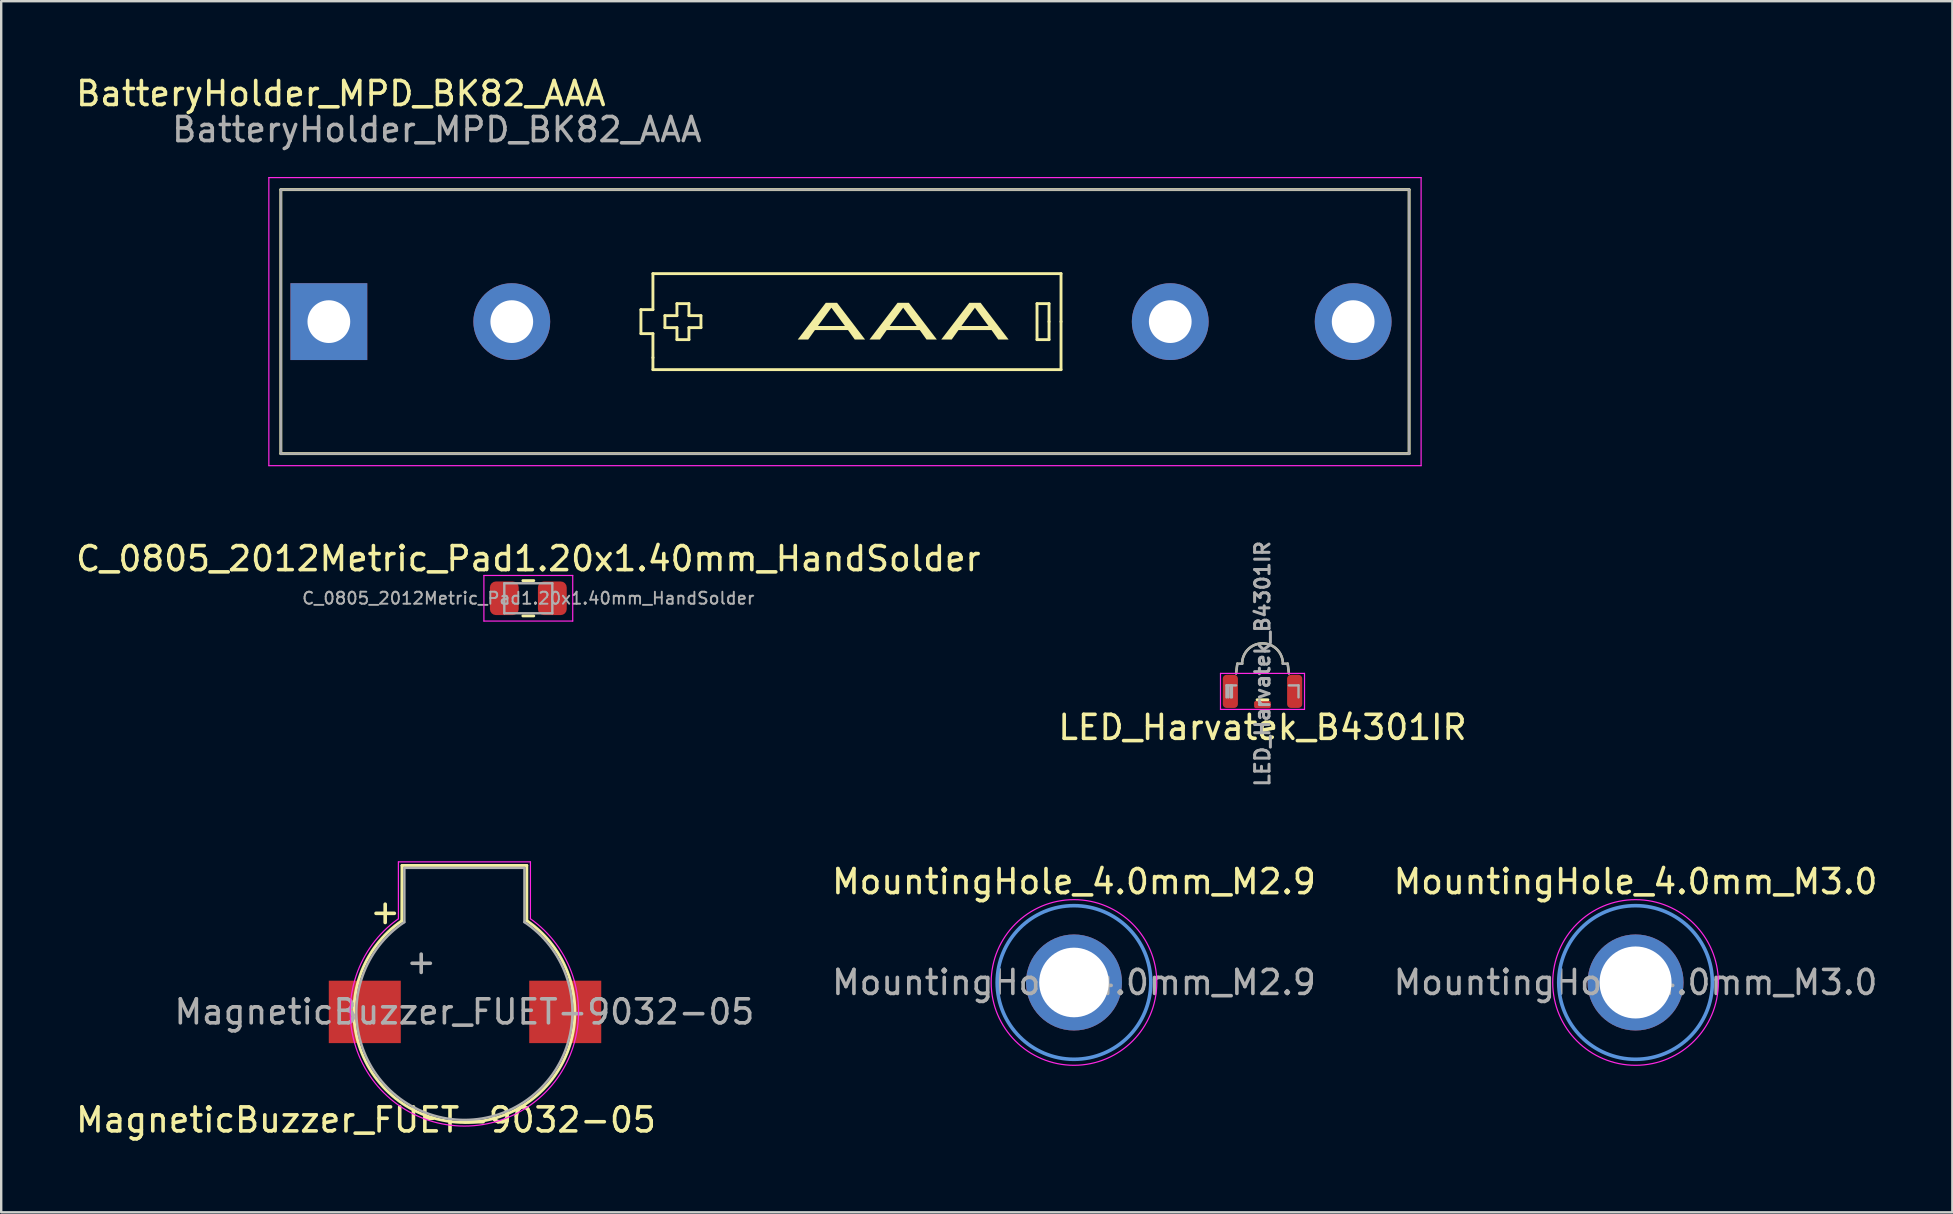
<source format=kicad_pcb>
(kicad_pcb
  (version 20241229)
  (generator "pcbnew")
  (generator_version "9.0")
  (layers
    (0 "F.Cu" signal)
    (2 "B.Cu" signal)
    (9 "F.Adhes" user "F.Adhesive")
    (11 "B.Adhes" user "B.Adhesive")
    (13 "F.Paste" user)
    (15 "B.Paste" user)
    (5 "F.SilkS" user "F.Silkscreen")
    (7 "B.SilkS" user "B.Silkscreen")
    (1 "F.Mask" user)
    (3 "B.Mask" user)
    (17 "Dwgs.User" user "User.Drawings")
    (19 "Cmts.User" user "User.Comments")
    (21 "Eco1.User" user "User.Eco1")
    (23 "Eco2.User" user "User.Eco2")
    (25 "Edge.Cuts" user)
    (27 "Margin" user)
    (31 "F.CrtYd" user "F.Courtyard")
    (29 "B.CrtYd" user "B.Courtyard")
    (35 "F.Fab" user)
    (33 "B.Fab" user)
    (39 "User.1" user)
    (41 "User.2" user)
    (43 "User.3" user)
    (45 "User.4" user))
  (footprint "MountingHole_4.0mm_M2.9"
    (layer "F.Cu")
    (at 41.689 37.877)
    (property "Reference" "MountingHole_4.0mm_M2.9" (at 0 -4.2 0) (layer "F.SilkS") (effects (font (size 1 1) (thickness 0.15))))
    (attr exclude_from_pos_files)
    (fp_circle (center 0 0) (end 3.2 0) (stroke (width 0.15) (type solid)) (fill no) (layer "Cmts.User"))
    (fp_circle (center 0 0) (end 3.45 0) (stroke (width 0.05) (type solid)) (fill no) (layer "F.CrtYd"))
    (fp_text user "${REFERENCE}" (at 0 0 0) (layer "F.Fab") (effects (font (size 1 1) (thickness 0.15))))
    (pad "" np_thru_hole circle (at 0 0) (size 4 4) (drill 2.9) (layers "*.Cu" "*.Mask")))
  (footprint "C_0805_2012Metric_Pad1.20x1.40mm_HandSolder"
    (layer "F.Cu")
    (at 18.958 21.872)
    (property "Reference" "C_0805_2012Metric_Pad1.20x1.40mm_HandSolder" (at 0 -1.65 0) (layer "F.SilkS") (effects (font (size 1 1) (thickness 0.15))))
    (attr smd)
    (fp_line (start -0.227 -0.735) (end 0.227 -0.735) (stroke (width 0.12) (type solid)) (layer "F.SilkS"))
    (fp_line (start -0.227 0.735) (end 0.227 0.735) (stroke (width 0.12) (type solid)) (layer "F.SilkS"))
    (fp_line (start -1.85 -0.95) (end 1.85 -0.95) (stroke (width 0.05) (type solid)) (layer "F.CrtYd"))
    (fp_line (start -1.85 0.95) (end -1.85 -0.95) (stroke (width 0.05) (type solid)) (layer "F.CrtYd"))
    (fp_line (start 1.85 -0.95) (end 1.85 0.95) (stroke (width 0.05) (type solid)) (layer "F.CrtYd"))
    (fp_line (start 1.85 0.95) (end -1.85 0.95) (stroke (width 0.05) (type solid)) (layer "F.CrtYd"))
    (fp_line (start -1 -0.625) (end 1 -0.625) (stroke (width 0.1) (type solid)) (layer "F.Fab"))
    (fp_line (start -1 0.625) (end -1 -0.625) (stroke (width 0.1) (type solid)) (layer "F.Fab"))
    (fp_line (start 1 -0.625) (end 1 0.625) (stroke (width 0.1) (type solid)) (layer "F.Fab"))
    (fp_line (start 1 0.625) (end -1 0.625) (stroke (width 0.1) (type solid)) (layer "F.Fab"))
    (fp_text user "${REFERENCE}" (at 0 0 0) (layer "F.Fab") (effects (font (size 0.5 0.5) (thickness 0.08))))
    (pad "1" smd roundrect (at -1 0) (size 1.2 1.4) (layers "F.Cu" "F.Mask" "F.Paste") (roundrect_rratio 0.208))
    (pad "2" smd roundrect (at 1 0) (size 1.2 1.4) (layers "F.Cu" "F.Mask" "F.Paste") (roundrect_rratio 0.208)))
  (footprint "MountingHole_4.0mm_M3.0"
    (layer "F.Cu")
    (at 65.082 37.877)
    (property "Reference" "MountingHole_4.0mm_M3.0" (at 0 -4.2 0) (layer "F.SilkS") (effects (font (size 1 1) (thickness 0.15))))
    (attr exclude_from_pos_files)
    (fp_circle (center 0 0) (end 3.2 0) (stroke (width 0.15) (type solid)) (fill no) (layer "Cmts.User"))
    (fp_circle (center 0 0) (end 3.45 0) (stroke (width 0.05) (type solid)) (fill no) (layer "F.CrtYd"))
    (fp_text user "${REFERENCE}" (at 0 0 0) (layer "F.Fab") (effects (font (size 1 1) (thickness 0.15))))
    (pad "" np_thru_hole circle (at 0 0) (size 4 4) (drill 3) (layers "*.Cu" "*.Mask")))
  (footprint "BatteryHolder_MPD_BK82_AAA"
    (layer "F.Cu")
    (at 10.649 10.348)
    (property "Reference" "BatteryHolder_MPD_BK82_AAA" (at 0.5 -9.5 180) (layer "F.SilkS") (effects (font (size 1 1) (thickness 0.15))))
    (attr through_hole)
    (fp_line (start -2 -5.5) (end 45 -5.5) (stroke (width 0.12) (type solid)) (layer "F.SilkS"))
    (fp_line (start -2 5.5) (end -2 -5.5) (stroke (width 0.12) (type solid)) (layer "F.SilkS"))
    (fp_line (start 13 -0.5) (end 13 0.5) (stroke (width 0.12) (type default)) (layer "F.SilkS"))
    (fp_line (start 13 0.5) (end 13.5 0.5) (stroke (width 0.12) (type default)) (layer "F.SilkS"))
    (fp_line (start 13.5 -2) (end 13.5 -0.5) (stroke (width 0.12) (type default)) (layer "F.SilkS"))
    (fp_line (start 13.5 -0.5) (end 13 -0.5) (stroke (width 0.12) (type default)) (layer "F.SilkS"))
    (fp_line (start 13.5 0.5) (end 13.5 1.5) (stroke (width 0.12) (type default)) (layer "F.SilkS"))
    (fp_line (start 13.5 1.5) (end 13.5 2) (stroke (width 0.12) (type default)) (layer "F.SilkS"))
    (fp_line (start 13.5 2) (end 30.5 2) (stroke (width 0.12) (type default)) (layer "F.SilkS"))
    (fp_line (start 14 -0.25) (end 14 0.25) (stroke (width 0.12) (type default)) (layer "F.SilkS"))
    (fp_line (start 14 0.25) (end 14.5 0.25) (stroke (width 0.12) (type default)) (layer "F.SilkS"))
    (fp_line (start 14.5 -0.75) (end 14.5 -0.25) (stroke (width 0.12) (type default)) (layer "F.SilkS"))
    (fp_line (start 14.5 -0.75) (end 15 -0.75) (stroke (width 0.12) (type default)) (layer "F.SilkS"))
    (fp_line (start 14.5 -0.25) (end 14 -0.25) (stroke (width 0.12) (type default)) (layer "F.SilkS"))
    (fp_line (start 14.5 0.25) (end 14.5 0.75) (stroke (width 0.12) (type default)) (layer "F.SilkS"))
    (fp_line (start 14.5 0.75) (end 15 0.75) (stroke (width 0.12) (type default)) (layer "F.SilkS"))
    (fp_line (start 15 -0.75) (end 15 -0.25) (stroke (width 0.12) (type default)) (layer "F.SilkS"))
    (fp_line (start 15 -0.25) (end 15.5 -0.25) (stroke (width 0.12) (type default)) (layer "F.SilkS"))
    (fp_line (start 15 0.25) (end 15.5 0.25) (stroke (width 0.12) (type default)) (layer "F.SilkS"))
    (fp_line (start 15 0.75) (end 15 0.25) (stroke (width 0.12) (type default)) (layer "F.SilkS"))
    (fp_line (start 15.5 0.25) (end 15.5 -0.25) (stroke (width 0.12) (type default)) (layer "F.SilkS"))
    (fp_line (start 29.5 -0.75) (end 29.5 0.75) (stroke (width 0.12) (type default)) (layer "F.SilkS"))
    (fp_line (start 29.5 0.75) (end 30 0.75) (stroke (width 0.12) (type default)) (layer "F.SilkS"))
    (fp_line (start 30 -0.75) (end 29.5 -0.75) (stroke (width 0.12) (type default)) (layer "F.SilkS"))
    (fp_line (start 30 0) (end 30 -0.75) (stroke (width 0.12) (type default)) (layer "F.SilkS"))
    (fp_line (start 30 0.75) (end 30 0) (stroke (width 0.12) (type default)) (layer "F.SilkS"))
    (fp_line (start 30.5 -2) (end 13.5 -2) (stroke (width 0.12) (type default)) (layer "F.SilkS"))
    (fp_line (start 30.5 0) (end 30.5 -2) (stroke (width 0.12) (type default)) (layer "F.SilkS"))
    (fp_line (start 30.5 2) (end 30.5 0) (stroke (width 0.12) (type default)) (layer "F.SilkS"))
    (fp_line (start 45 -5.5) (end 45 5.5) (stroke (width 0.12) (type solid)) (layer "F.SilkS"))
    (fp_line (start 45 5.5) (end -2 5.5) (stroke (width 0.12) (type solid)) (layer "F.SilkS"))
    (fp_line (start -2.5 -6) (end 45.5 -6) (stroke (width 0.05) (type solid)) (layer "F.CrtYd"))
    (fp_line (start -2.5 6) (end -2.5 -6) (stroke (width 0.05) (type solid)) (layer "F.CrtYd"))
    (fp_line (start 45.5 -6) (end 45.5 6) (stroke (width 0.05) (type solid)) (layer "F.CrtYd"))
    (fp_line (start 45.5 6) (end -2.5 6) (stroke (width 0.05) (type solid)) (layer "F.CrtYd"))
    (fp_line (start -2 -5.5) (end 45 -5.5) (stroke (width 0.1) (type solid)) (layer "F.Fab"))
    (fp_line (start -2 5.5) (end -2 -5.5) (stroke (width 0.1) (type solid)) (layer "F.Fab"))
    (fp_line (start 45 -5.5) (end 45 5.5) (stroke (width 0.1) (type solid)) (layer "F.Fab"))
    (fp_line (start 45 5.5) (end -2 5.5) (stroke (width 0.1) (type solid)) (layer "F.Fab"))
    (fp_text user "AAA" (at 19.5 1 0) (unlocked yes) (layer "F.SilkS") (effects (font (face "Bebas Neue") (size 1.5 3) (thickness 0.15)) (justify left bottom)))
    (fp_text user "${REFERENCE}" (at 4.5 -8 180) (layer "F.Fab") (effects (font (size 1 1) (thickness 0.15))))
    (pad "1" thru_hole rect (at 0 0) (size 3.2 3.2) (drill 1.78) (layers "*.Cu" "*.Mask"))
    (pad "1" thru_hole circle (at 7.62 0) (size 3.2 3.2) (drill 1.78) (layers "*.Cu" "*.Mask"))
    (pad "2" thru_hole circle (at 35.05 0) (size 3.2 3.2) (drill 1.78) (layers "*.Cu" "*.Mask"))
    (pad "2" thru_hole circle (at 42.67 0) (size 3.2 3.2) (drill 1.78) (layers "*.Cu" "*.Mask")))
  (footprint "MagneticBuzzer_FUET-9032-05"
    (layer "F.Cu")
    (at 16.296 37.103)
    (property "Reference" "MagneticBuzzer_FUET-9032-05" (at -4.1 6.5 180) (layer "F.SilkS") (effects (font (size 1 1) (thickness 0.15))))
    (attr through_hole)
    (fp_line (start -2.608 -1.794) (end -2.6 -4.1) (stroke (width 0.12) (type solid)) (layer "F.SilkS"))
    (fp_line (start -2.6 -4.1) (end 2.6 -4.1) (stroke (width 0.12) (type solid)) (layer "F.SilkS"))
    (fp_line (start 2.6 -4.1) (end 2.6 -1.8) (stroke (width 0.12) (type solid)) (layer "F.SilkS"))
    (fp_arc (start 2.6 -1.799999) (mid 0.00515 6.604342) (end -2.608494 -1.794173) (stroke (width 0.12) (type solid)) (layer "F.SilkS"))
    (fp_line (start -2.75 -4.25) (end 2.75 -4.25) (stroke (width 0.05) (type solid)) (layer "F.CrtYd"))
    (fp_line (start -2.75 -1.88) (end -2.75 -4.25) (stroke (width 0.05) (type solid)) (layer "F.CrtYd"))
    (fp_line (start 2.75 -4.25) (end 2.75 -1.88) (stroke (width 0.05) (type solid)) (layer "F.CrtYd"))
    (fp_arc (start 2.75 -1.88) (mid 0.006009 6.755719) (end -2.759797 -1.873038) (stroke (width 0.05) (type solid)) (layer "F.CrtYd"))
    (fp_line (start -2.5 -4) (end -2.5 -1.74) (stroke (width 0.1) (type solid)) (layer "F.Fab"))
    (fp_line (start -2.5 -4) (end 2.5 -4) (stroke (width 0.1) (type solid)) (layer "F.Fab"))
    (fp_line (start 2.5 -4) (end 2.5 -1.74) (stroke (width 0.1) (type solid)) (layer "F.Fab"))
    (fp_arc (start 2.5 -1.74) (mid 0.003084 6.498621) (end -2.505126 -1.736568) (stroke (width 0.1) (type solid)) (layer "F.Fab"))
    (fp_text user "+" (at -3.3 -2.18 180) (layer "F.SilkS") (effects (font (size 1 1) (thickness 0.15))))
    (fp_text user "+" (at -1.8 -0.1 180) (layer "F.Fab") (effects (font (size 1 1) (thickness 0.15))))
    (fp_text user "${REFERENCE}" (at 0 2 180) (layer "F.Fab") (effects (font (size 1 1) (thickness 0.15))))
    (pad "1" smd rect (at -4.15 2) (size 3 2.6) (layers "F.Cu" "F.Mask" "F.Paste"))
    (pad "2" smd rect (at 4.2 2) (size 3 2.6) (layers "F.Cu" "F.Mask" "F.Paste")))
  (footprint "LED_Harvatek_B4301IR"
    (layer "F.Cu")
    (at 49.542 25.751)
    (property "Reference" "LED_Harvatek_B4301IR" (at 0 1.5 0) (unlocked yes) (layer "F.SilkS") (effects (font (size 1 1) (thickness 0.15))))
    (attr smd)
    (fp_line (start -1.1 -0.75) (end -1.05 -1.15) (stroke (width 0.1) (type solid)) (layer "F.SilkS"))
    (fp_line (start -1.05 -1.15) (end -0.85 -1.15) (stroke (width 0.1) (type solid)) (layer "F.SilkS"))
    (fp_line (start -0.225 0.35) (end 0.225 0.35) (stroke (width 0.12) (type solid)) (layer "F.SilkS"))
    (fp_line (start 0.85 -1.15) (end 1.05 -1.15) (stroke (width 0.1) (type solid)) (layer "F.SilkS"))
    (fp_line (start 1.05 -1.15) (end 1.1 -0.75) (stroke (width 0.1) (type solid)) (layer "F.SilkS"))
    (fp_arc (start -0.85 -1.15) (mid 0 -2) (end 0.85 -1.15) (stroke (width 0.1) (type solid)) (layer "F.SilkS"))
    (fp_line (start -1.75 -0.75) (end -1.75 0.75) (stroke (width 0.05) (type solid)) (layer "F.CrtYd"))
    (fp_line (start -1.75 -0.75) (end 1.75 -0.75) (stroke (width 0.05) (type solid)) (layer "F.CrtYd"))
    (fp_line (start 1.75 -0.75) (end 1.75 0.75) (stroke (width 0.05) (type solid)) (layer "F.CrtYd"))
    (fp_line (start 1.75 0.75) (end -1.75 0.75) (stroke (width 0.05) (type solid)) (layer "F.CrtYd"))
    (fp_line (start -1.5 -0.25) (end -1.1 -0.25) (stroke (width 0.1) (type solid)) (layer "F.Fab"))
    (fp_line (start -1.5 0.25) (end -1.5 -0.25) (stroke (width 0.1) (type solid)) (layer "F.Fab"))
    (fp_line (start -1.425 -0.25) (end -1.425 0.25) (stroke (width 0.1) (type solid)) (layer "F.Fab"))
    (fp_line (start -1.325 -0.25) (end -1.325 0.25) (stroke (width 0.1) (type solid)) (layer "F.Fab"))
    (fp_line (start -1.275 -0.25) (end -1.275 0.25) (stroke (width 0.1) (type solid)) (layer "F.Fab"))
    (fp_line (start -1.1 -0.75) (end -1.05 -1.15) (stroke (width 0.1) (type solid)) (layer "F.Fab"))
    (fp_line (start -1.05 -1.15) (end -0.85 -1.15) (stroke (width 0.1) (type solid)) (layer "F.Fab"))
    (fp_line (start 0.85 -1.15) (end 1.05 -1.15) (stroke (width 0.1) (type solid)) (layer "F.Fab"))
    (fp_line (start 1.05 -1.15) (end 1.1 -0.75) (stroke (width 0.1) (type solid)) (layer "F.Fab"))
    (fp_line (start 1.1 -0.25) (end 1.5 -0.25) (stroke (width 0.1) (type solid)) (layer "F.Fab"))
    (fp_line (start 1.5 -0.25) (end 1.5 0.25) (stroke (width 0.1) (type solid)) (layer "F.Fab"))
    (fp_arc (start -0.85 -1.15) (mid 0 -2) (end 0.85 -1.15) (stroke (width 0.1) (type solid)) (layer "F.Fab"))
    (fp_text user "${REFERENCE}" (at 0 -1.15 90) (unlocked yes) (layer "F.Fab") (effects (font (size 0.6 0.6) (thickness 0.125))))
    (pad "" smd roundrect (at 0 0.55) (size 0.7 0.3) (layers "F.Cu" "F.Mask" "F.Paste") (roundrect_rratio 0.25))
    (pad "1" smd roundrect (at -1.34 0) (size 0.63 1.38) (layers "F.Cu" "F.Mask" "F.Paste") (roundrect_rratio 0.25))
    (pad "2" smd roundrect (at 1.34 0) (size 0.63 1.38) (layers "F.Cu" "F.Mask" "F.Paste") (roundrect_rratio 0.25)))
  (gr_rect
    (start -3 -3)
    (end 78.279 47.452)
    (stroke (width 0.1) (type default))
    (fill no)
    (layer "Edge.Cuts")))
</source>
